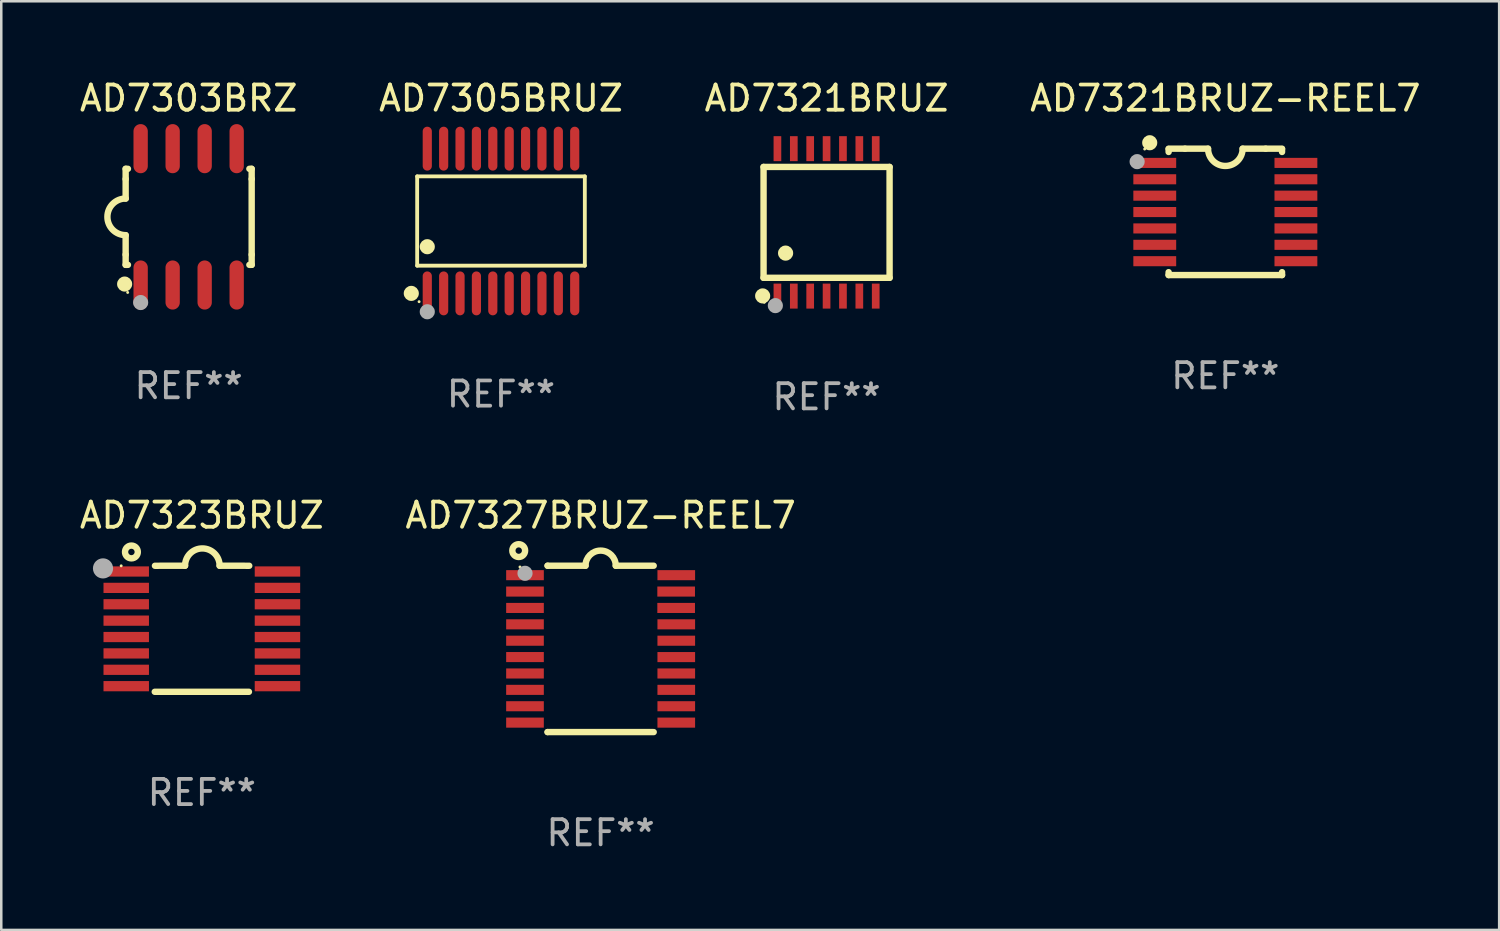
<source format=kicad_pcb>
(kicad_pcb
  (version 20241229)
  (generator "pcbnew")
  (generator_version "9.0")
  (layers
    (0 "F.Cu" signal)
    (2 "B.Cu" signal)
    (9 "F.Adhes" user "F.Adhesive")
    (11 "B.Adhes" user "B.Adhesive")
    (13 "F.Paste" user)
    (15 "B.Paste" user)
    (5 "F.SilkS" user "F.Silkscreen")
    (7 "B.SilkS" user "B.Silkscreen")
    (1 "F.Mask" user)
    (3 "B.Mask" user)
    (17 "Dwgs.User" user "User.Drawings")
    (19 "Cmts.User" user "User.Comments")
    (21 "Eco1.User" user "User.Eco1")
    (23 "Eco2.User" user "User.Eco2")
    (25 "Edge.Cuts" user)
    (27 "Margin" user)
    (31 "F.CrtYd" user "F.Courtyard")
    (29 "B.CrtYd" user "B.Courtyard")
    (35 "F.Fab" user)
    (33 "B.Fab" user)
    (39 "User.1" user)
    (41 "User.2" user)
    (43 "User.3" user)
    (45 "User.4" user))
  (footprint "AD7327BRUZ-REEL7"
    (layer "F.Cu")
    (at 20.78 22.695)
    (property "Reference" "AD7327BRUZ-REEL7" (at 0 -5.3 0) (layer "F.SilkS") (effects (font (size 1 1) (thickness 0.15))))
    (attr through_hole)
    (fp_line (start -2.105 -3.3) (end -2.105 -3.3) (stroke (width 0.254) (type solid)) (layer "F.SilkS"))
    (fp_line (start -2.105 -3.3) (end -0.6 -3.3) (stroke (width 0.254) (type solid)) (layer "F.SilkS"))
    (fp_line (start -2.105 3.3) (end -2.105 3.3) (stroke (width 0.254) (type solid)) (layer "F.SilkS"))
    (fp_line (start 0.6 -3.3) (end 2.105 -3.3) (stroke (width 0.254) (type solid)) (layer "F.SilkS"))
    (fp_line (start 2.105 3.3) (end -2.105 3.3) (stroke (width 0.254) (type solid)) (layer "F.SilkS"))
    (fp_arc (start -0.599924 -3.300026) (mid 0.000114 -3.897415) (end 0.600152 -3.300025) (stroke (width 0.254001) (type solid)) (layer "F.SilkS"))
    (fp_circle (center -3.25 -3.9) (end -2.996 -3.9) (stroke (width 0.254) (type solid)) (fill no) (layer "F.SilkS"))
    (fp_circle (center -3.2 -3.25) (end -3.17 -3.25) (stroke (width 0.06) (type solid)) (fill no) (layer "F.SilkS"))
    (fp_circle (center -3 -3) (end -2.85 -3) (stroke (width 0.3) (type solid)) (fill no) (layer "F.Fab"))
    (fp_text user "REF**" (at 0 7.3 0) (layer "F.Fab") (effects (font (size 1 1) (thickness 0.15))))
    (pad "1" smd rect (at -3.001 -2.925 270) (size 0.4 1.494) (layers "F.Cu" "F.Mask" "F.Paste"))
    (pad "2" smd rect (at -3.001 -2.275 270) (size 0.4 1.494) (layers "F.Cu" "F.Mask" "F.Paste"))
    (pad "3" smd rect (at -3.001 -1.625 270) (size 0.4 1.494) (layers "F.Cu" "F.Mask" "F.Paste"))
    (pad "4" smd rect (at -3.001 -0.975 270) (size 0.4 1.494) (layers "F.Cu" "F.Mask" "F.Paste"))
    (pad "5" smd rect (at -3.001 -0.325 270) (size 0.4 1.494) (layers "F.Cu" "F.Mask" "F.Paste"))
    (pad "6" smd rect (at -3.001 0.324 270) (size 0.4 1.494) (layers "F.Cu" "F.Mask" "F.Paste"))
    (pad "7" smd rect (at -3.001 0.975 270) (size 0.4 1.494) (layers "F.Cu" "F.Mask" "F.Paste"))
    (pad "8" smd rect (at -3.001 1.625 270) (size 0.4 1.494) (layers "F.Cu" "F.Mask" "F.Paste"))
    (pad "9" smd rect (at -3.001 2.275 270) (size 0.4 1.494) (layers "F.Cu" "F.Mask" "F.Paste"))
    (pad "10" smd rect (at -3.001 2.925 270) (size 0.4 1.494) (layers "F.Cu" "F.Mask" "F.Paste"))
    (pad "11" smd rect (at 3.001 2.925 270) (size 0.4 1.494) (layers "F.Cu" "F.Mask" "F.Paste"))
    (pad "12" smd rect (at 3.001 2.275 270) (size 0.4 1.494) (layers "F.Cu" "F.Mask" "F.Paste"))
    (pad "13" smd rect (at 3.001 1.625 270) (size 0.4 1.494) (layers "F.Cu" "F.Mask" "F.Paste"))
    (pad "14" smd rect (at 3.001 0.975 270) (size 0.4 1.494) (layers "F.Cu" "F.Mask" "F.Paste"))
    (pad "15" smd rect (at 3.001 0.325 270) (size 0.4 1.494) (layers "F.Cu" "F.Mask" "F.Paste"))
    (pad "16" smd rect (at 3.001 -0.325 270) (size 0.4 1.494) (layers "F.Cu" "F.Mask" "F.Paste"))
    (pad "17" smd rect (at 3.001 -0.975 270) (size 0.4 1.494) (layers "F.Cu" "F.Mask" "F.Paste"))
    (pad "18" smd rect (at 2.996 -1.625 270) (size 0.4 1.494) (layers "F.Cu" "F.Mask" "F.Paste"))
    (pad "19" smd rect (at 2.996 -2.275 270) (size 0.4 1.494) (layers "F.Cu" "F.Mask" "F.Paste"))
    (pad "20" smd rect (at 3.001 -2.925 270) (size 0.4 1.494) (layers "F.Cu" "F.Mask" "F.Paste")))
  (footprint "AD7323BRUZ"
    (layer "F.Cu")
    (at 4.958 21.896)
    (property "Reference" "AD7323BRUZ" (at 0 -4.501 0) (layer "F.SilkS") (effects (font (size 1 1) (thickness 0.15))))
    (attr through_hole)
    (fp_line (start -1.868 2.501) (end 1.868 2.501) (stroke (width 0.254) (type solid)) (layer "F.SilkS"))
    (fp_line (start -1.86 -2.499) (end -0.666 -2.501) (stroke (width 0.254) (type solid)) (layer "F.SilkS"))
    (fp_line (start 0.706 -2.501) (end 1.88 -2.499) (stroke (width 0.254) (type solid)) (layer "F.SilkS"))
    (fp_arc (start -0.665914 -2.501448) (mid 0.019888 -3.18725) (end 0.70569 -2.501448) (stroke (width 0.254001) (type solid)) (layer "F.SilkS"))
    (fp_circle (center -3.2 -2.497) (end -3.17 -2.497) (stroke (width 0.06) (type solid)) (fill no) (layer "F.SilkS"))
    (fp_circle (center -2.794 -3.047) (end -2.54 -3.047) (stroke (width 0.254) (type solid)) (fill no) (layer "F.SilkS"))
    (fp_circle (center -3.921 -2.395) (end -3.721 -2.395) (stroke (width 0.4) (type solid)) (fill no) (layer "F.Fab"))
    (fp_text user "REF**" (at 0 6.501 0) (layer "F.Fab") (effects (font (size 1 1) (thickness 0.15))))
    (pad "1" smd rect (at -3 -2.272) (size 1.803 0.406) (layers "F.Cu" "F.Mask" "F.Paste"))
    (pad "2" smd rect (at -3 -1.622) (size 1.803 0.406) (layers "F.Cu" "F.Mask" "F.Paste"))
    (pad "3" smd rect (at -3 -0.972) (size 1.803 0.406) (layers "F.Cu" "F.Mask" "F.Paste"))
    (pad "4" smd rect (at -3 -0.322) (size 1.803 0.406) (layers "F.Cu" "F.Mask" "F.Paste"))
    (pad "5" smd rect (at -3 0.328) (size 1.803 0.406) (layers "F.Cu" "F.Mask" "F.Paste"))
    (pad "6" smd rect (at -3 0.978) (size 1.803 0.406) (layers "F.Cu" "F.Mask" "F.Paste"))
    (pad "7" smd rect (at -3 1.628) (size 1.803 0.406) (layers "F.Cu" "F.Mask" "F.Paste"))
    (pad "8" smd rect (at -3 2.278) (size 1.803 0.406) (layers "F.Cu" "F.Mask" "F.Paste"))
    (pad "9" smd rect (at 3 2.278) (size 1.803 0.406) (layers "F.Cu" "F.Mask" "F.Paste"))
    (pad "10" smd rect (at 3 1.628) (size 1.803 0.406) (layers "F.Cu" "F.Mask" "F.Paste"))
    (pad "11" smd rect (at 3 0.978) (size 1.803 0.406) (layers "F.Cu" "F.Mask" "F.Paste"))
    (pad "12" smd rect (at 3 0.328) (size 1.803 0.406) (layers "F.Cu" "F.Mask" "F.Paste"))
    (pad "13" smd rect (at 3 -0.322) (size 1.803 0.406) (layers "F.Cu" "F.Mask" "F.Paste"))
    (pad "14" smd rect (at 3 -0.972) (size 1.803 0.406) (layers "F.Cu" "F.Mask" "F.Paste"))
    (pad "15" smd rect (at 3 -1.622) (size 1.803 0.406) (layers "F.Cu" "F.Mask" "F.Paste"))
    (pad "16" smd rect (at 3 -2.272) (size 1.803 0.406) (layers "F.Cu" "F.Mask" "F.Paste")))
  (footprint "AD7303BRZ"
    (layer "F.Cu")
    (at 4.435 5.553)
    (property "Reference" "AD7303BRZ" (at 0 -4.705 0) (layer "F.SilkS") (effects (font (size 1 1) (thickness 0.15))))
    (attr through_hole)
    (fp_line (start -2.5 -1.905) (end -2.409 -1.905) (stroke (width 0.254) (type solid)) (layer "F.SilkS"))
    (fp_line (start -2.5 -1.5) (end -2.5 -1.905) (stroke (width 0.254) (type solid)) (layer "F.SilkS"))
    (fp_line (start -2.5 -1.5) (end -2.5 -0.726) (stroke (width 0.254) (type solid)) (layer "F.SilkS"))
    (fp_line (start -2.5 1.5) (end -2.5 0.727) (stroke (width 0.254) (type solid)) (layer "F.SilkS"))
    (fp_line (start -2.5 1.5) (end -2.5 1.905) (stroke (width 0.254) (type solid)) (layer "F.SilkS"))
    (fp_line (start -2.5 1.905) (end -2.409 1.905) (stroke (width 0.254) (type solid)) (layer "F.SilkS"))
    (fp_line (start 2.5 -1.905) (end 2.409 -1.905) (stroke (width 0.254) (type solid)) (layer "F.SilkS"))
    (fp_line (start 2.5 -1.5) (end 2.5 -1.905) (stroke (width 0.254) (type solid)) (layer "F.SilkS"))
    (fp_line (start 2.5 -1.5) (end 2.5 1.5) (stroke (width 0.254) (type solid)) (layer "F.SilkS"))
    (fp_line (start 2.5 1.5) (end 2.5 1.905) (stroke (width 0.254) (type solid)) (layer "F.SilkS"))
    (fp_line (start 2.5 1.905) (end 2.409 1.905) (stroke (width 0.254) (type solid)) (layer "F.SilkS"))
    (fp_arc (start -2.5 0.726568) (mid -3.220316 -0.0023) (end -2.495097 -0.726289) (stroke (width 0.254001) (type solid)) (layer "F.SilkS"))
    (fp_circle (center -2.54 2.667) (end -2.39 2.667) (stroke (width 0.3) (type solid)) (fill no) (layer "F.SilkS"))
    (fp_circle (center -2.42 3) (end -2.39 3) (stroke (width 0.06) (type solid)) (fill no) (layer "F.SilkS"))
    (fp_circle (center -1.905 3.4) (end -1.755 3.4) (stroke (width 0.3) (type solid)) (fill no) (layer "F.Fab"))
    (fp_text user "REF**" (at 0 6.705 0) (layer "F.Fab") (effects (font (size 1 1) (thickness 0.15))))
    (pad "1" smd oval (at -1.905 2.705) (size 0.568 1.95) (layers "F.Cu" "F.Mask" "F.Paste"))
    (pad "2" smd oval (at -0.635 2.705) (size 0.568 1.95) (layers "F.Cu" "F.Mask" "F.Paste"))
    (pad "3" smd oval (at 0.635 2.705) (size 0.568 1.95) (layers "F.Cu" "F.Mask" "F.Paste"))
    (pad "4" smd oval (at 1.905 2.705) (size 0.568 1.95) (layers "F.Cu" "F.Mask" "F.Paste"))
    (pad "5" smd oval (at 1.905 -2.705) (size 0.568 1.95) (layers "F.Cu" "F.Mask" "F.Paste"))
    (pad "6" smd oval (at 0.635 -2.705) (size 0.568 1.95) (layers "F.Cu" "F.Mask" "F.Paste"))
    (pad "7" smd oval (at -0.635 -2.705) (size 0.568 1.95) (layers "F.Cu" "F.Mask" "F.Paste"))
    (pad "8" smd oval (at -1.905 -2.705) (size 0.568 1.95) (layers "F.Cu" "F.Mask" "F.Paste")))
  (footprint "AD7321BRUZ"
    (layer "F.Cu")
    (at 29.744 5.773)
    (property "Reference" "AD7321BRUZ" (at 0 -4.925 0) (layer "F.SilkS") (effects (font (size 1 1) (thickness 0.15))))
    (attr through_hole)
    (fp_line (start -2.5 2.2) (end -2.5 -2.2) (stroke (width 0.254) (type solid)) (layer "F.SilkS"))
    (fp_line (start -2.5 2.2) (end 2.5 2.2) (stroke (width 0.254) (type solid)) (layer "F.SilkS"))
    (fp_line (start 2.5 -2.2) (end -2.5 -2.2) (stroke (width 0.254) (type solid)) (layer "F.SilkS"))
    (fp_line (start 2.5 -2.2) (end 2.5 2.2) (stroke (width 0.254) (type solid)) (layer "F.SilkS"))
    (fp_circle (center -2.536 2.917) (end -2.386 2.917) (stroke (width 0.3) (type solid)) (fill no) (layer "F.SilkS"))
    (fp_circle (center -2.47 3.17) (end -2.44 3.17) (stroke (width 0.06) (type solid)) (fill no) (layer "F.SilkS"))
    (fp_circle (center -1.626 1.219) (end -1.475 1.219) (stroke (width 0.3) (type solid)) (fill no) (layer "F.SilkS"))
    (fp_circle (center -2.032 3.302) (end -1.882 3.302) (stroke (width 0.3) (type solid)) (fill no) (layer "F.Fab"))
    (fp_text user "REF**" (at 0 6.925 0) (layer "F.Fab") (effects (font (size 1 1) (thickness 0.15))))
    (pad "1" smd rect (at -1.95 2.925) (size 0.305 0.991) (layers "F.Cu" "F.Mask" "F.Paste"))
    (pad "2" smd rect (at -1.3 2.925) (size 0.305 0.991) (layers "F.Cu" "F.Mask" "F.Paste"))
    (pad "3" smd rect (at -0.65 2.925) (size 0.305 0.991) (layers "F.Cu" "F.Mask" "F.Paste"))
    (pad "4" smd rect (at 0 2.925) (size 0.305 0.991) (layers "F.Cu" "F.Mask" "F.Paste"))
    (pad "5" smd rect (at 0.65 2.925) (size 0.305 0.991) (layers "F.Cu" "F.Mask" "F.Paste"))
    (pad "6" smd rect (at 1.3 2.925) (size 0.305 0.991) (layers "F.Cu" "F.Mask" "F.Paste"))
    (pad "7" smd rect (at 1.95 2.925) (size 0.305 0.991) (layers "F.Cu" "F.Mask" "F.Paste"))
    (pad "8" smd rect (at 1.95 -2.925) (size 0.305 0.991) (layers "F.Cu" "F.Mask" "F.Paste"))
    (pad "9" smd rect (at 1.3 -2.925) (size 0.305 0.991) (layers "F.Cu" "F.Mask" "F.Paste"))
    (pad "10" smd rect (at 0.65 -2.925) (size 0.305 0.991) (layers "F.Cu" "F.Mask" "F.Paste"))
    (pad "11" smd rect (at 0 -2.925) (size 0.305 0.991) (layers "F.Cu" "F.Mask" "F.Paste"))
    (pad "12" smd rect (at -0.65 -2.925) (size 0.305 0.991) (layers "F.Cu" "F.Mask" "F.Paste"))
    (pad "13" smd rect (at -1.3 -2.925) (size 0.305 0.991) (layers "F.Cu" "F.Mask" "F.Paste"))
    (pad "14" smd rect (at -1.95 -2.925) (size 0.305 0.991) (layers "F.Cu" "F.Mask" "F.Paste")))
  (footprint "AD7321BRUZ-REEL7"
    (layer "F.Cu")
    (at 45.565 5.356)
    (property "Reference" "AD7321BRUZ-REEL7" (at 0 -4.507 0) (layer "F.SilkS") (effects (font (size 1 1) (thickness 0.15))))
    (attr through_hole)
    (fp_line (start -2.25 -2.377) (end -2.25 -2.493) (stroke (width 0.254) (type solid)) (layer "F.SilkS"))
    (fp_line (start -2.25 2.507) (end -2.25 2.392) (stroke (width 0.254) (type solid)) (layer "F.SilkS"))
    (fp_line (start -1.6 -2.507) (end -2.25 -2.507) (stroke (width 0.254) (type solid)) (layer "F.SilkS"))
    (fp_line (start -1.6 -2.507) (end -0.686 -2.507) (stroke (width 0.254) (type solid)) (layer "F.SilkS"))
    (fp_line (start 0.686 -2.507) (end 1.6 -2.507) (stroke (width 0.254) (type solid)) (layer "F.SilkS"))
    (fp_line (start 1.6 -2.507) (end 2.25 -2.507) (stroke (width 0.254) (type solid)) (layer "F.SilkS"))
    (fp_line (start 2.25 -2.493) (end 2.25 -2.377) (stroke (width 0.254) (type solid)) (layer "F.SilkS"))
    (fp_line (start 2.25 2.392) (end 2.25 2.507) (stroke (width 0.254) (type solid)) (layer "F.SilkS"))
    (fp_line (start 2.25 2.507) (end -2.25 2.507) (stroke (width 0.254) (type solid)) (layer "F.SilkS"))
    (fp_arc (start 0.685852 -2.507303) (mid 0.000051 -1.821502) (end -0.68575 -2.507303) (stroke (width 0.254001) (type solid)) (layer "F.SilkS"))
    (fp_circle (center -3.2 -2.493) (end -3.17 -2.493) (stroke (width 0.06) (type solid)) (fill no) (layer "F.SilkS"))
    (fp_circle (center -3 -2.743) (end -2.85 -2.743) (stroke (width 0.3) (type solid)) (fill no) (layer "F.SilkS"))
    (fp_circle (center -3.5 -1.993) (end -3.35 -1.993) (stroke (width 0.3) (type solid)) (fill no) (layer "F.Fab"))
    (fp_text user "REF**" (at 0 6.507 0) (layer "F.Fab") (effects (font (size 1 1) (thickness 0.15))))
    (pad "1" smd rect (at -2.8 -1.943) (size 1.7 0.4) (layers "F.Cu" "F.Mask" "F.Paste"))
    (pad "2" smd rect (at -2.8 -1.293) (size 1.7 0.4) (layers "F.Cu" "F.Mask" "F.Paste"))
    (pad "3" smd rect (at -2.8 -0.643) (size 1.7 0.4) (layers "F.Cu" "F.Mask" "F.Paste"))
    (pad "4" smd rect (at -2.8 0.007) (size 1.7 0.4) (layers "F.Cu" "F.Mask" "F.Paste"))
    (pad "5" smd rect (at -2.8 0.657) (size 1.7 0.4) (layers "F.Cu" "F.Mask" "F.Paste"))
    (pad "6" smd rect (at -2.8 1.307) (size 1.7 0.4) (layers "F.Cu" "F.Mask" "F.Paste"))
    (pad "7" smd rect (at -2.8 1.957) (size 1.7 0.4) (layers "F.Cu" "F.Mask" "F.Paste"))
    (pad "8" smd rect (at 2.8 1.957) (size 1.7 0.4) (layers "F.Cu" "F.Mask" "F.Paste"))
    (pad "9" smd rect (at 2.8 1.307) (size 1.7 0.4) (layers "F.Cu" "F.Mask" "F.Paste"))
    (pad "10" smd rect (at 2.8 0.657) (size 1.7 0.4) (layers "F.Cu" "F.Mask" "F.Paste"))
    (pad "11" smd rect (at 2.8 0.007) (size 1.7 0.4) (layers "F.Cu" "F.Mask" "F.Paste"))
    (pad "12" smd rect (at 2.8 -0.643) (size 1.7 0.4) (layers "F.Cu" "F.Mask" "F.Paste"))
    (pad "13" smd rect (at 2.8 -1.293) (size 1.7 0.4) (layers "F.Cu" "F.Mask" "F.Paste"))
    (pad "14" smd rect (at 2.8 -1.943) (size 1.7 0.4) (layers "F.Cu" "F.Mask" "F.Paste")))
  (footprint "AD7305BRUZ"
    (layer "F.Cu")
    (at 16.827 5.719)
    (property "Reference" "AD7305BRUZ" (at 0 -4.871 0) (layer "F.SilkS") (effects (font (size 1 1) (thickness 0.15))))
    (attr through_hole)
    (fp_line (start -3.326 -1.771) (end 3.326 -1.771) (stroke (width 0.152) (type solid)) (layer "F.SilkS"))
    (fp_line (start -3.326 1.771) (end -3.326 -1.771) (stroke (width 0.152) (type solid)) (layer "F.SilkS"))
    (fp_line (start 3.326 -1.771) (end 3.326 1.771) (stroke (width 0.152) (type solid)) (layer "F.SilkS"))
    (fp_line (start 3.326 1.771) (end -3.326 1.771) (stroke (width 0.152) (type solid)) (layer "F.SilkS"))
    (fp_circle (center -3.559 2.871) (end -3.409 2.871) (stroke (width 0.3) (type solid)) (fill no) (layer "F.SilkS"))
    (fp_circle (center -3.25 3.2) (end -3.22 3.2) (stroke (width 0.06) (type solid)) (fill no) (layer "F.SilkS"))
    (fp_circle (center -2.925 1.019) (end -2.775 1.019) (stroke (width 0.3) (type solid)) (fill no) (layer "F.SilkS"))
    (fp_circle (center -2.925 3.6) (end -2.775 3.6) (stroke (width 0.3) (type solid)) (fill no) (layer "F.Fab"))
    (fp_text user "REF**" (at 0 6.871 0) (layer "F.Fab") (effects (font (size 1 1) (thickness 0.15))))
    (pad "1" smd oval (at -2.925 2.871) (size 0.364 1.742) (layers "F.Cu" "F.Mask" "F.Paste"))
    (pad "2" smd oval (at -2.275 2.871) (size 0.364 1.742) (layers "F.Cu" "F.Mask" "F.Paste"))
    (pad "3" smd oval (at -1.625 2.871) (size 0.364 1.742) (layers "F.Cu" "F.Mask" "F.Paste"))
    (pad "4" smd oval (at -0.975 2.871) (size 0.364 1.742) (layers "F.Cu" "F.Mask" "F.Paste"))
    (pad "5" smd oval (at -0.325 2.871) (size 0.364 1.742) (layers "F.Cu" "F.Mask" "F.Paste"))
    (pad "6" smd oval (at 0.325 2.871) (size 0.364 1.742) (layers "F.Cu" "F.Mask" "F.Paste"))
    (pad "7" smd oval (at 0.975 2.871) (size 0.364 1.742) (layers "F.Cu" "F.Mask" "F.Paste"))
    (pad "8" smd oval (at 1.625 2.871) (size 0.364 1.742) (layers "F.Cu" "F.Mask" "F.Paste"))
    (pad "9" smd oval (at 2.275 2.871) (size 0.364 1.742) (layers "F.Cu" "F.Mask" "F.Paste"))
    (pad "10" smd oval (at 2.925 2.871) (size 0.364 1.742) (layers "F.Cu" "F.Mask" "F.Paste"))
    (pad "11" smd oval (at 2.925 -2.871) (size 0.364 1.742) (layers "F.Cu" "F.Mask" "F.Paste"))
    (pad "12" smd oval (at 2.275 -2.871) (size 0.364 1.742) (layers "F.Cu" "F.Mask" "F.Paste"))
    (pad "13" smd oval (at 1.625 -2.871) (size 0.364 1.742) (layers "F.Cu" "F.Mask" "F.Paste"))
    (pad "14" smd oval (at 0.975 -2.871) (size 0.364 1.742) (layers "F.Cu" "F.Mask" "F.Paste"))
    (pad "15" smd oval (at 0.325 -2.871) (size 0.364 1.742) (layers "F.Cu" "F.Mask" "F.Paste"))
    (pad "16" smd oval (at -0.325 -2.871) (size 0.364 1.742) (layers "F.Cu" "F.Mask" "F.Paste"))
    (pad "17" smd oval (at -0.975 -2.871) (size 0.364 1.742) (layers "F.Cu" "F.Mask" "F.Paste"))
    (pad "18" smd oval (at -1.625 -2.871) (size 0.364 1.742) (layers "F.Cu" "F.Mask" "F.Paste"))
    (pad "19" smd oval (at -2.275 -2.871) (size 0.364 1.742) (layers "F.Cu" "F.Mask" "F.Paste"))
    (pad "20" smd oval (at -2.925 -2.871) (size 0.364 1.742) (layers "F.Cu" "F.Mask" "F.Paste")))
  (gr_rect
    (start -3 -3)
    (end 56.429 33.844)
    (stroke (width 0.1) (type default))
    (fill no)
    (layer "Edge.Cuts")))
</source>
